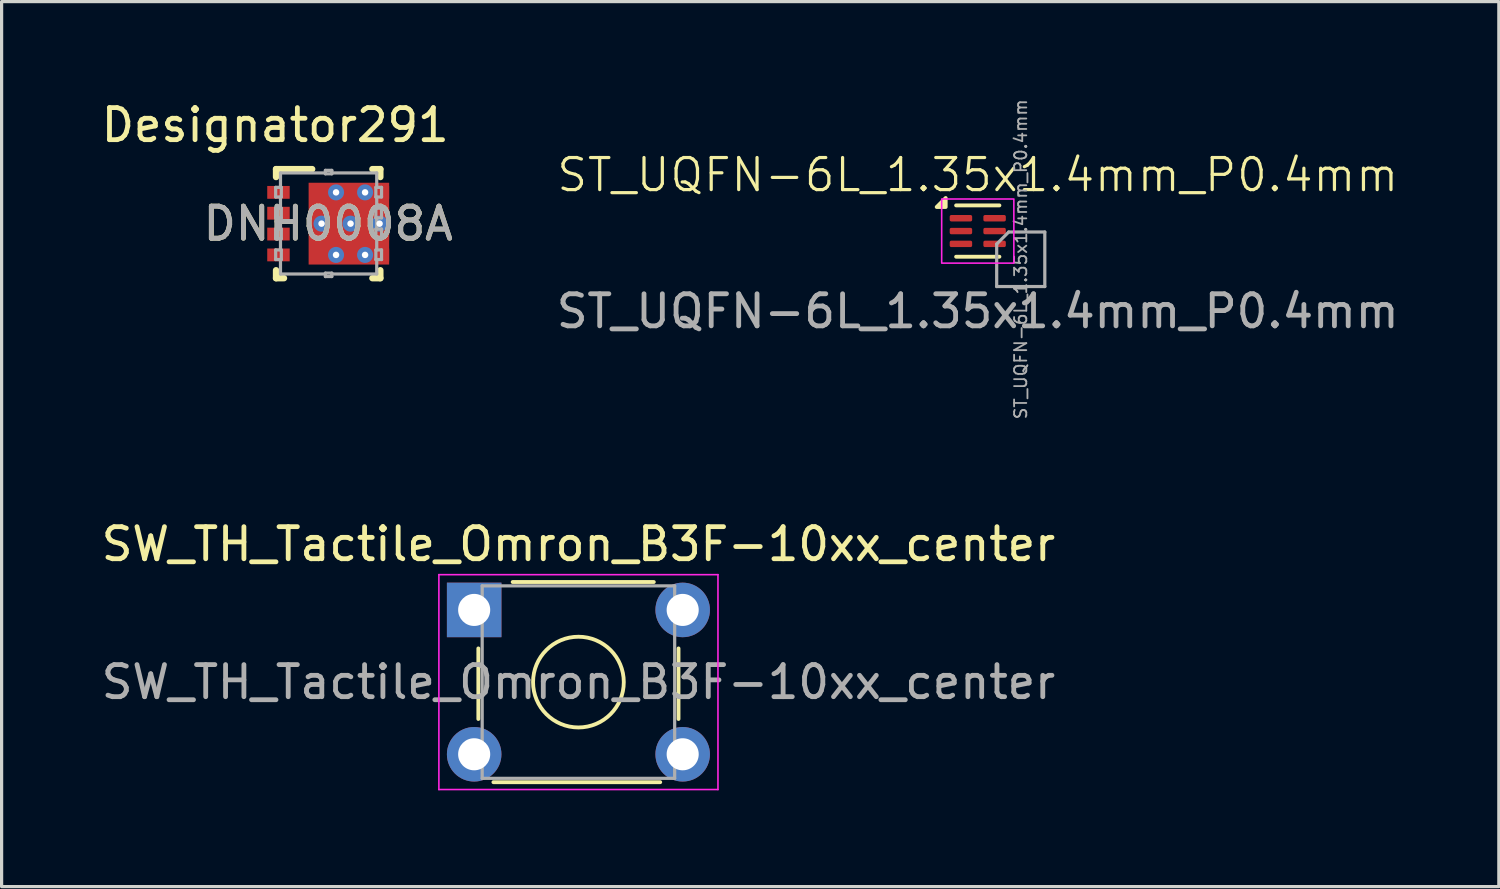
<source format=kicad_pcb>
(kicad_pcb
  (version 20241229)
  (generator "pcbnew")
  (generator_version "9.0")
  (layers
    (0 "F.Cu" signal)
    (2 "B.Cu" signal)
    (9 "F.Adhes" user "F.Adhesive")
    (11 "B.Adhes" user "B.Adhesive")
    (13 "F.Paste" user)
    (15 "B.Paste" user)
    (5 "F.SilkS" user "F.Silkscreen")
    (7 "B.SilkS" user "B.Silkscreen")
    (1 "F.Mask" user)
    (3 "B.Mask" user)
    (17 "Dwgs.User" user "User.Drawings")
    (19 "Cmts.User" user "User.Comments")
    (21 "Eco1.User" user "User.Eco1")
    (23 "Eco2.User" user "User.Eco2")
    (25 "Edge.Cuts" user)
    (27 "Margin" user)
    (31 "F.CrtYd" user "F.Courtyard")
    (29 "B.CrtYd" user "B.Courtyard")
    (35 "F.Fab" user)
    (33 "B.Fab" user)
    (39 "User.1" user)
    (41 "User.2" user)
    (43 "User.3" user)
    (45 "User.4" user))
  (footprint "ST_UQFN-6L_1.35x1.4mm_P0.4mm"
    (layer "F.Cu")
    (at 27.431 4.153)
    (property "Reference" "ST_UQFN-6L_1.35x1.4mm_P0.4mm" (at 0 -1.75 0) (unlocked yes) (layer "F.SilkS") (effects (font (size 1 1) (thickness 0.1))))
    (attr smd)
    (fp_line (start -0.675 -0.8) (end 0.675 -0.8) (stroke (width 0.12) (type solid)) (layer "F.SilkS"))
    (fp_line (start 0.675 0.8) (end -0.675 0.8) (stroke (width 0.12) (type solid)) (layer "F.SilkS"))
    (fp_poly (pts (xy -1 -0.75) (xy -1.28 -0.75) (xy -1 -1.03) (xy -1 -0.75)) (stroke (width 0.12) (type solid)) (fill yes) (layer "F.SilkS"))
    (fp_rect (start -1.125 -1) (end 1.125 1) (stroke (width 0.05) (type default)) (fill no) (layer "F.CrtYd"))
    (fp_line (start 0.59 1.73) (end 0.59 0.405) (stroke (width 0.1) (type solid)) (layer "F.Fab"))
    (fp_line (start 0.965 0.03) (end 0.59 0.405) (stroke (width 0.1) (type solid)) (layer "F.Fab"))
    (fp_line (start 2.09 0.03) (end 0.965 0.03) (stroke (width 0.1) (type solid)) (layer "F.Fab"))
    (fp_line (start 2.09 0.03) (end 2.09 1.73) (stroke (width 0.1) (type solid)) (layer "F.Fab"))
    (fp_line (start 2.09 1.73) (end 0.59 1.73) (stroke (width 0.1) (type solid)) (layer "F.Fab"))
    (fp_text user "${REFERENCE}" (at 1.34 0.88 90) (layer "F.Fab") (effects (font (size 0.38 0.38) (thickness 0.057))))
    (fp_text user "${REFERENCE}" (at 0 2.5 0) (unlocked yes) (layer "F.Fab") (effects (font (size 1 1) (thickness 0.15))))
    (pad "1" smd roundrect (at -0.525 -0.4) (size 0.7 0.2) (layers "F.Cu" "F.Mask" "F.Paste") (roundrect_rratio 0.25))
    (pad "2" smd roundrect (at -0.525 0) (size 0.7 0.2) (layers "F.Cu" "F.Mask" "F.Paste") (roundrect_rratio 0.25))
    (pad "3" smd roundrect (at -0.525 0.4) (size 0.7 0.2) (layers "F.Cu" "F.Mask" "F.Paste") (roundrect_rratio 0.25))
    (pad "4" smd roundrect (at 0.525 0.4) (size 0.7 0.2) (layers "F.Cu" "F.Mask" "F.Paste") (roundrect_rratio 0.25))
    (pad "5" smd roundrect (at 0.525 0) (size 0.7 0.2) (layers "F.Cu" "F.Mask" "F.Paste") (roundrect_rratio 0.25))
    (pad "6" smd roundrect (at 0.525 -0.4) (size 0.7 0.2) (layers "F.Cu" "F.Mask" "F.Paste") (roundrect_rratio 0.25)))
  (footprint "DNH0008A"
    (layer "F.Cu")
    (at 7.181 3.922)
    (property "Reference" "DNH0008A" (at 0 0 0) (unlocked yes) (layer "F.SilkS") (effects (font (size 1 1) (thickness 0.15))))
    (attr smd)
    (fp_poly (pts (xy 0.925 -0.825) (xy 1.425 -0.825) (xy 1.425 -1.125) (xy 0.925 -1.125)) (stroke (width 0) (type solid)) (fill yes) (layer "F.Mask"))
    (fp_poly (pts (xy 0.925 -0.175) (xy 1.425 -0.175) (xy 1.425 -0.475) (xy 0.925 -0.475)) (stroke (width 0) (type solid)) (fill yes) (layer "F.Mask"))
    (fp_poly (pts (xy 0.925 0.475) (xy 1.425 0.475) (xy 1.425 0.175) (xy 0.925 0.175)) (stroke (width 0) (type solid)) (fill yes) (layer "F.Mask"))
    (fp_poly (pts (xy 0.925 1.125) (xy 1.425 1.125) (xy 1.425 0.825) (xy 0.925 0.825)) (stroke (width 0) (type solid)) (fill yes) (layer "F.Mask"))
    (fp_poly (pts (xy -0.56 1.172) (xy -0.56 -1.172) (xy -0.559 -1.182) (xy -0.556 -1.192) (xy -0.551 -1.201) (xy -0.544 -1.209) (xy -0.536 -1.216) (xy -0.527 -1.221) (xy -0.517 -1.224) (xy -0.507 -1.225) (xy 1.162 -1.225) (xy 1.172 -1.224) (xy 1.182 -1.221) (xy 1.191 -1.216) (xy 1.199 -1.209) (xy 1.206 -1.201) (xy 1.211 -1.192) (xy 1.214 -1.182) (xy 1.215 -1.172) (xy 1.215 1.172) (xy 1.214 1.182) (xy 1.211 1.192) (xy 1.206 1.201) (xy 1.199 1.209) (xy 1.191 1.216) (xy 1.182 1.221) (xy 1.172 1.224) (xy 1.162 1.225) (xy -0.507 1.225) (xy -0.517 1.224) (xy -0.527 1.221) (xy -0.536 1.216) (xy -0.544 1.209) (xy -0.551 1.201) (xy -0.556 1.192) (xy -0.559 1.182)) (stroke (width 0) (type solid)) (fill yes) (layer "F.Mask"))
    (fp_line (start -1.625 -1.7) (end -0.5 -1.7) (stroke (width 0.2) (type solid)) (layer "F.SilkS"))
    (fp_line (start -1.625 -1.453) (end -1.625 -1.7) (stroke (width 0.2) (type solid)) (layer "F.SilkS"))
    (fp_line (start -1.625 1.7) (end -1.625 1.453) (stroke (width 0.2) (type solid)) (layer "F.SilkS"))
    (fp_line (start -1.625 1.7) (end -1.378 1.7) (stroke (width 0.2) (type solid)) (layer "F.SilkS"))
    (fp_line (start 1.378 -1.7) (end 1.625 -1.7) (stroke (width 0.2) (type solid)) (layer "F.SilkS"))
    (fp_line (start 1.378 1.7) (end 1.625 1.7) (stroke (width 0.2) (type solid)) (layer "F.SilkS"))
    (fp_line (start 1.625 -1.453) (end 1.625 -1.7) (stroke (width 0.2) (type solid)) (layer "F.SilkS"))
    (fp_line (start 1.625 1.7) (end 1.625 1.453) (stroke (width 0.2) (type solid)) (layer "F.SilkS"))
    (fp_poly (pts (xy 0.145 -1.176) (xy 0.145 -0.149) (xy 0.144 -0.14) (xy 0.141 -0.13) (xy 0.137 -0.122) (xy 0.131 -0.114) (xy 0.123 -0.108) (xy 0.115 -0.104) (xy 0.105 -0.101) (xy 0.096 -0.1) (xy -0.511 -0.1) (xy -0.52 -0.101) (xy -0.53 -0.104) (xy -0.538 -0.108) (xy -0.546 -0.114) (xy -0.552 -0.122) (xy -0.556 -0.13) (xy -0.559 -0.14) (xy -0.56 -0.149) (xy -0.56 -1.176) (xy -0.559 -1.185) (xy -0.556 -1.195) (xy -0.552 -1.203) (xy -0.546 -1.211) (xy -0.538 -1.217) (xy -0.53 -1.221) (xy -0.52 -1.224) (xy -0.511 -1.225) (xy 0.096 -1.225) (xy 0.105 -1.224) (xy 0.115 -1.221) (xy 0.123 -1.217) (xy 0.131 -1.211) (xy 0.137 -1.203) (xy 0.141 -1.195) (xy 0.144 -1.185)) (stroke (width 0) (type solid)) (fill yes) (layer "F.Paste"))
    (fp_poly (pts (xy 0.145 0.149) (xy 0.145 1.176) (xy 0.144 1.185) (xy 0.141 1.195) (xy 0.137 1.203) (xy 0.131 1.211) (xy 0.123 1.217) (xy 0.115 1.221) (xy 0.105 1.224) (xy 0.096 1.225) (xy -0.511 1.225) (xy -0.52 1.224) (xy -0.53 1.221) (xy -0.538 1.217) (xy -0.546 1.211) (xy -0.552 1.203) (xy -0.556 1.195) (xy -0.559 1.185) (xy -0.56 1.176) (xy -0.56 0.149) (xy -0.559 0.14) (xy -0.556 0.13) (xy -0.552 0.122) (xy -0.546 0.114) (xy -0.538 0.108) (xy -0.53 0.104) (xy -0.52 0.101) (xy -0.511 0.1) (xy 0.096 0.1) (xy 0.105 0.101) (xy 0.115 0.104) (xy 0.123 0.108) (xy 0.131 0.114) (xy 0.137 0.122) (xy 0.141 0.13) (xy 0.144 0.14)) (stroke (width 0) (type solid)) (fill yes) (layer "F.Paste"))
    (fp_poly (pts (xy 0.345 -0.149) (xy 0.345 -1.176) (xy 0.346 -1.185) (xy 0.349 -1.195) (xy 0.353 -1.203) (xy 0.359 -1.211) (xy 0.367 -1.217) (xy 0.375 -1.221) (xy 0.385 -1.224) (xy 0.394 -1.225) (xy 1.001 -1.225) (xy 1.01 -1.224) (xy 1.02 -1.221) (xy 1.028 -1.217) (xy 1.036 -1.211) (xy 1.042 -1.203) (xy 1.046 -1.195) (xy 1.049 -1.185) (xy 1.05 -1.176) (xy 1.05 -0.149) (xy 1.049 -0.14) (xy 1.046 -0.13) (xy 1.042 -0.122) (xy 1.036 -0.114) (xy 1.028 -0.108) (xy 1.02 -0.104) (xy 1.01 -0.101) (xy 1.001 -0.1) (xy 0.394 -0.1) (xy 0.385 -0.101) (xy 0.375 -0.104) (xy 0.367 -0.108) (xy 0.359 -0.114) (xy 0.353 -0.122) (xy 0.349 -0.13) (xy 0.346 -0.14)) (stroke (width 0) (type solid)) (fill yes) (layer "F.Paste"))
    (fp_poly (pts (xy 0.345 1.176) (xy 0.345 0.149) (xy 0.346 0.14) (xy 0.349 0.13) (xy 0.353 0.122) (xy 0.359 0.114) (xy 0.367 0.108) (xy 0.375 0.104) (xy 0.385 0.101) (xy 0.394 0.1) (xy 1.001 0.1) (xy 1.01 0.101) (xy 1.02 0.104) (xy 1.028 0.108) (xy 1.036 0.114) (xy 1.042 0.122) (xy 1.046 0.13) (xy 1.049 0.14) (xy 1.05 0.149) (xy 1.05 1.176) (xy 1.049 1.185) (xy 1.046 1.195) (xy 1.042 1.203) (xy 1.036 1.211) (xy 1.028 1.217) (xy 1.02 1.221) (xy 1.01 1.224) (xy 1.001 1.225) (xy 0.394 1.225) (xy 0.385 1.224) (xy 0.375 1.221) (xy 0.367 1.217) (xy 0.359 1.211) (xy 0.353 1.203) (xy 0.349 1.195) (xy 0.346 1.185)) (stroke (width 0) (type solid)) (fill yes) (layer "F.Paste"))
    (fp_line (start -1.637 -1.131) (end -1.461 -1.131) (stroke (width 0.1) (type solid)) (layer "F.Fab"))
    (fp_line (start -1.637 -0.831) (end -1.637 -1.131) (stroke (width 0.1) (type solid)) (layer "F.Fab"))
    (fp_line (start -1.637 -0.831) (end -1.461 -0.831) (stroke (width 0.1) (type solid)) (layer "F.Fab"))
    (fp_line (start -1.637 -0.481) (end -1.461 -0.481) (stroke (width 0.1) (type solid)) (layer "F.Fab"))
    (fp_line (start -1.637 -0.181) (end -1.637 -0.481) (stroke (width 0.1) (type solid)) (layer "F.Fab"))
    (fp_line (start -1.637 -0.181) (end -1.461 -0.181) (stroke (width 0.1) (type solid)) (layer "F.Fab"))
    (fp_line (start -1.637 0.169) (end -1.461 0.169) (stroke (width 0.1) (type solid)) (layer "F.Fab"))
    (fp_line (start -1.637 0.469) (end -1.637 0.169) (stroke (width 0.1) (type solid)) (layer "F.Fab"))
    (fp_line (start -1.637 0.469) (end -1.461 0.469) (stroke (width 0.1) (type solid)) (layer "F.Fab"))
    (fp_line (start -1.637 0.819) (end -1.461 0.819) (stroke (width 0.1) (type solid)) (layer "F.Fab"))
    (fp_line (start -1.637 1.119) (end -1.637 0.819) (stroke (width 0.1) (type solid)) (layer "F.Fab"))
    (fp_line (start -1.637 1.119) (end -1.461 1.119) (stroke (width 0.1) (type solid)) (layer "F.Fab"))
    (fp_line (start -1.487 -1.581) (end -0.087 -1.581) (stroke (width 0.1) (type solid)) (layer "F.Fab"))
    (fp_line (start -1.487 -1.131) (end -1.487 -1.581) (stroke (width 0.1) (type solid)) (layer "F.Fab"))
    (fp_line (start -1.487 -0.481) (end -1.487 -0.831) (stroke (width 0.1) (type solid)) (layer "F.Fab"))
    (fp_line (start -1.487 0.169) (end -1.487 -0.181) (stroke (width 0.1) (type solid)) (layer "F.Fab"))
    (fp_line (start -1.487 0.819) (end -1.487 0.469) (stroke (width 0.1) (type solid)) (layer "F.Fab"))
    (fp_line (start -1.487 1.569) (end -1.487 1.119) (stroke (width 0.1) (type solid)) (layer "F.Fab"))
    (fp_line (start -1.487 1.569) (end -0.087 1.569) (stroke (width 0.1) (type solid)) (layer "F.Fab"))
    (fp_line (start -1.461 -0.831) (end -1.461 -1.131) (stroke (width 0.1) (type solid)) (layer "F.Fab"))
    (fp_line (start -1.461 -0.181) (end -1.461 -0.481) (stroke (width 0.1) (type solid)) (layer "F.Fab"))
    (fp_line (start -1.461 0.469) (end -1.461 0.169) (stroke (width 0.1) (type solid)) (layer "F.Fab"))
    (fp_line (start -1.461 1.119) (end -1.461 0.819) (stroke (width 0.1) (type solid)) (layer "F.Fab"))
    (fp_line (start -0.087 -1.661) (end 0.113 -1.661) (stroke (width 0.1) (type solid)) (layer "F.Fab"))
    (fp_line (start -0.087 -1.554) (end -0.087 -1.661) (stroke (width 0.1) (type solid)) (layer "F.Fab"))
    (fp_line (start -0.087 -1.554) (end 0.113 -1.554) (stroke (width 0.1) (type solid)) (layer "F.Fab"))
    (fp_line (start -0.087 1.543) (end 0.113 1.543) (stroke (width 0.1) (type solid)) (layer "F.Fab"))
    (fp_line (start -0.087 1.649) (end -0.087 1.543) (stroke (width 0.1) (type solid)) (layer "F.Fab"))
    (fp_line (start -0.087 1.649) (end 0.113 1.649) (stroke (width 0.1) (type solid)) (layer "F.Fab"))
    (fp_line (start 0.113 -1.581) (end 1.513 -1.581) (stroke (width 0.1) (type solid)) (layer "F.Fab"))
    (fp_line (start 0.113 -1.554) (end 0.113 -1.661) (stroke (width 0.1) (type solid)) (layer "F.Fab"))
    (fp_line (start 0.113 1.569) (end 1.513 1.569) (stroke (width 0.1) (type solid)) (layer "F.Fab"))
    (fp_line (start 0.113 1.649) (end 0.113 1.543) (stroke (width 0.1) (type solid)) (layer "F.Fab"))
    (fp_line (start 1.486 -1.131) (end 1.663 -1.131) (stroke (width 0.1) (type solid)) (layer "F.Fab"))
    (fp_line (start 1.486 -0.831) (end 1.486 -1.131) (stroke (width 0.1) (type solid)) (layer "F.Fab"))
    (fp_line (start 1.486 -0.831) (end 1.663 -0.831) (stroke (width 0.1) (type solid)) (layer "F.Fab"))
    (fp_line (start 1.486 -0.481) (end 1.663 -0.481) (stroke (width 0.1) (type solid)) (layer "F.Fab"))
    (fp_line (start 1.486 -0.181) (end 1.486 -0.481) (stroke (width 0.1) (type solid)) (layer "F.Fab"))
    (fp_line (start 1.486 -0.181) (end 1.663 -0.181) (stroke (width 0.1) (type solid)) (layer "F.Fab"))
    (fp_line (start 1.486 0.169) (end 1.663 0.169) (stroke (width 0.1) (type solid)) (layer "F.Fab"))
    (fp_line (start 1.486 0.469) (end 1.486 0.169) (stroke (width 0.1) (type solid)) (layer "F.Fab"))
    (fp_line (start 1.486 0.469) (end 1.663 0.469) (stroke (width 0.1) (type solid)) (layer "F.Fab"))
    (fp_line (start 1.486 0.819) (end 1.663 0.819) (stroke (width 0.1) (type solid)) (layer "F.Fab"))
    (fp_line (start 1.486 1.119) (end 1.486 0.819) (stroke (width 0.1) (type solid)) (layer "F.Fab"))
    (fp_line (start 1.486 1.119) (end 1.663 1.119) (stroke (width 0.1) (type solid)) (layer "F.Fab"))
    (fp_line (start 1.513 -1.131) (end 1.513 -1.581) (stroke (width 0.1) (type solid)) (layer "F.Fab"))
    (fp_line (start 1.513 -0.481) (end 1.513 -0.831) (stroke (width 0.1) (type solid)) (layer "F.Fab"))
    (fp_line (start 1.513 0.169) (end 1.513 -0.181) (stroke (width 0.1) (type solid)) (layer "F.Fab"))
    (fp_line (start 1.513 0.819) (end 1.513 0.469) (stroke (width 0.1) (type solid)) (layer "F.Fab"))
    (fp_line (start 1.513 1.569) (end 1.513 1.119) (stroke (width 0.1) (type solid)) (layer "F.Fab"))
    (fp_line (start 1.663 -0.831) (end 1.663 -1.131) (stroke (width 0.1) (type solid)) (layer "F.Fab"))
    (fp_line (start 1.663 -0.181) (end 1.663 -0.481) (stroke (width 0.1) (type solid)) (layer "F.Fab"))
    (fp_line (start 1.663 0.469) (end 1.663 0.169) (stroke (width 0.1) (type solid)) (layer "F.Fab"))
    (fp_line (start 1.663 1.119) (end 1.663 0.819) (stroke (width 0.1) (type solid)) (layer "F.Fab"))
    (fp_text user "Designator291" (at -1.651 -3.073 0) (unlocked yes) (layer "F.SilkS") (effects (font (size 1 1) (thickness 0.15))))
    (fp_text user "${REFERENCE}" (at 0 0 0) (unlocked yes) (layer "F.Fab") (effects (font (size 1 1) (thickness 0.15))))
    (pad "1" smd rect (at -1.55 -0.975 90) (size 0.4 0.7) (layers "F.Cu" "F.Mask" "F.Paste"))
    (pad "2" smd rect (at -1.55 -0.325 90) (size 0.4 0.7) (layers "F.Cu" "F.Mask" "F.Paste"))
    (pad "3" smd rect (at -1.55 0.325 90) (size 0.4 0.7) (layers "F.Cu" "F.Mask" "F.Paste"))
    (pad "4" smd rect (at -1.55 0.975 90) (size 0.4 0.7) (layers "F.Cu" "F.Mask" "F.Paste"))
    (pad "5" smd rect (at 1.55 0.975 90) (size 0.4 0.7) (layers "F.Cu" "F.Mask" "F.Paste"))
    (pad "6" smd rect (at 1.55 0.325 90) (size 0.4 0.7) (layers "F.Cu" "F.Mask" "F.Paste"))
    (pad "7" smd rect (at 1.55 -0.325 90) (size 0.4 0.7) (layers "F.Cu" "F.Mask" "F.Paste"))
    (pad "8" smd rect (at 1.55 -0.975 90) (size 0.4 0.7) (layers "F.Cu" "F.Mask" "F.Paste"))
    (pad "9" smd rect (at 0.645 0) (size 2.51 2.55) (layers "F.Cu"))
    (pad "V" thru_hole circle (at -0.207 0) (size 0.5 0.5) (drill 0.203) (layers "*.Cu" "*.Mask"))
    (pad "V" thru_hole circle (at 0.245 -0.975) (size 0.5 0.5) (drill 0.203) (layers "*.Cu" "*.Mask"))
    (pad "V" thru_hole circle (at 0.245 0.975) (size 0.5 0.5) (drill 0.203) (layers "*.Cu" "*.Mask"))
    (pad "V" thru_hole circle (at 0.697 0) (size 0.5 0.5) (drill 0.203) (layers "*.Cu" "*.Mask"))
    (pad "V" thru_hole circle (at 1.15 -0.975) (size 0.5 0.5) (drill 0.203) (layers "*.Cu" "*.Mask"))
    (pad "V" thru_hole circle (at 1.15 0.975) (size 0.5 0.5) (drill 0.203) (layers "*.Cu" "*.Mask"))
    (pad "V" thru_hole circle (at 1.602 0) (size 0.5 0.5) (drill 0.203) (layers "*.Cu" "*.Mask")))
  (footprint "SW_TH_Tactile_Omron_B3F-10xx_center"
    (layer "F.Cu")
    (at 14.982 18.214)
    (property "Reference" "SW_TH_Tactile_Omron_B3F-10xx_center" (at 0 -4.3 0) (layer "F.SilkS") (effects (font (size 1 1) (thickness 0.15))))
    (attr through_hole)
    (fp_line (start -3.12 1.15) (end -3.12 -1.05) (stroke (width 0.12) (type solid)) (layer "F.SilkS"))
    (fp_line (start -2.65 3.12) (end 2.55 3.12) (stroke (width 0.12) (type solid)) (layer "F.SilkS"))
    (fp_line (start -2.05 -3.12) (end 2.35 -3.12) (stroke (width 0.12) (type solid)) (layer "F.SilkS"))
    (fp_line (start 3.12 -1.05) (end 3.12 1.15) (stroke (width 0.12) (type solid)) (layer "F.SilkS"))
    (fp_circle (center 0 0) (end 1 1) (stroke (width 0.12) (type solid)) (fill no) (layer "F.SilkS"))
    (fp_line (start -4.35 -3.35) (end -4.35 3.35) (stroke (width 0.05) (type solid)) (layer "F.CrtYd"))
    (fp_line (start -4.35 -3.35) (end 4.35 -3.35) (stroke (width 0.05) (type solid)) (layer "F.CrtYd"))
    (fp_line (start -4.35 3.35) (end 4.35 3.35) (stroke (width 0.05) (type solid)) (layer "F.CrtYd"))
    (fp_line (start 4.35 3.35) (end 4.35 -3.35) (stroke (width 0.05) (type solid)) (layer "F.CrtYd"))
    (fp_line (start -3 -3) (end -3 3) (stroke (width 0.1) (type solid)) (layer "F.Fab"))
    (fp_line (start -3 -3) (end 3 -3) (stroke (width 0.1) (type solid)) (layer "F.Fab"))
    (fp_line (start -3 3) (end 3 3) (stroke (width 0.1) (type solid)) (layer "F.Fab"))
    (fp_line (start 3 -3) (end 3 3) (stroke (width 0.1) (type solid)) (layer "F.Fab"))
    (fp_text user "${REFERENCE}" (at 0 0 0) (layer "F.Fab") (effects (font (size 1 1) (thickness 0.15))))
    (pad "1" thru_hole rect (at -3.25 -2.25) (size 1.7 1.7) (drill 1) (layers "*.Cu" "*.Mask"))
    (pad "1" thru_hole circle (at 3.25 -2.25) (size 1.7 1.7) (drill 1) (layers "*.Cu" "*.Mask"))
    (pad "2" thru_hole circle (at -3.25 2.25) (size 1.7 1.7) (drill 1) (layers "*.Cu" "*.Mask"))
    (pad "2" thru_hole circle (at 3.25 2.25) (size 1.7 1.7) (drill 1) (layers "*.Cu" "*.Mask")))
  (gr_rect
    (start -3 -3)
    (end 43.675 24.589)
    (stroke (width 0.1) (type default))
    (fill no)
    (layer "Edge.Cuts")))
</source>
